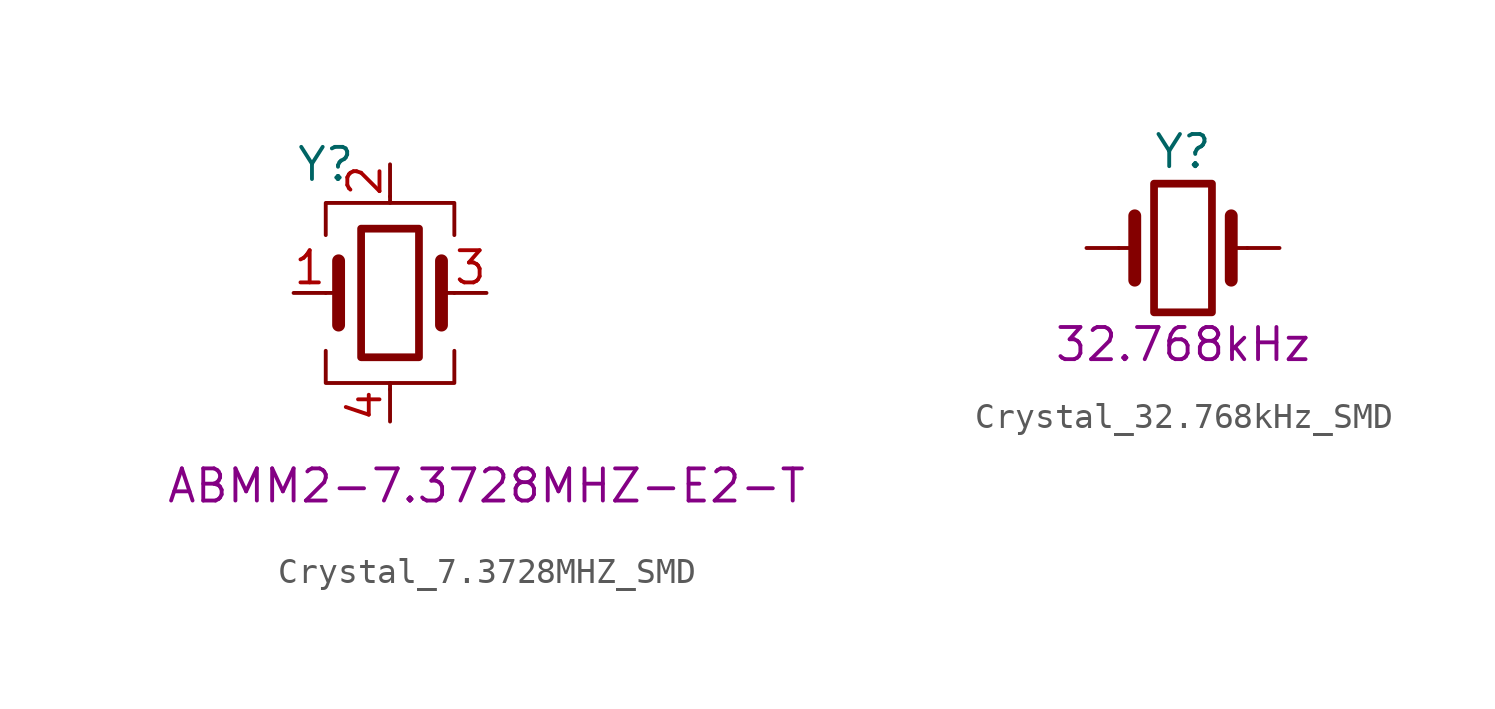
<source format=kicad_sym>
(kicad_symbol_lib
  (version 20231120)
  (generator "kicad_symbol_editor")
  (generator_version "8.0")
  (symbol "Crystal_7.3728MHZ_SMD"
    (pin_names hide)
    (property "Reference" "Y"
      (at -2.54 5.08 0)
      (effects (font (size 1.27 1.27))))
    (property "Display Value" "ABMM2-7.3728MHZ-E2-T"
      (at 3.81 -7.62 0)
      (effects (font (size 1.27 1.27))))
    (symbol "Crystal_7.3728MHZ_SMD_0_1"
      (rectangle (start -1.143 2.54) (end 1.143 -2.54) (stroke (width 0.305) (type default)) (fill (type none)))
      (polyline (pts (xy -2.54 0) (xy -2.032 0)) (stroke (width 0) (type default)) (fill (type none)))
      (polyline (pts (xy -2.032 -1.27) (xy -2.032 1.27)) (stroke (width 0.508) (type default)) (fill (type none)))
      (polyline (pts (xy 0 -3.81) (xy 0 -3.556)) (stroke (width 0) (type default)) (fill (type none)))
      (polyline (pts (xy 0 3.556) (xy 0 3.81)) (stroke (width 0) (type default)) (fill (type none)))
      (polyline (pts (xy 2.032 -1.27) (xy 2.032 1.27)) (stroke (width 0.508) (type default)) (fill (type none)))
      (polyline (pts (xy 2.032 0) (xy 2.54 0)) (stroke (width 0) (type default)) (fill (type none)))
      (polyline (pts (xy -2.54 -2.286) (xy -2.54 -3.556) (xy 2.54 -3.556) (xy 2.54 -2.286)) (stroke (width 0) (type default)) (fill (type none)))
      (polyline (pts (xy -2.54 2.286) (xy -2.54 3.556) (xy 2.54 3.556) (xy 2.54 2.286)) (stroke (width 0) (type default)) (fill (type none))))
    (symbol "Crystal_7.3728MHZ_SMD_1_1"
      (pin passive line (at -3.81 0 0) (length 1.27) (name "1" (effects (font (size 1.27 1.27)))) (number "1" (effects (font (size 1.27 1.27)))))
      (pin passive line (at 0 5.08 270) (length 1.27) (name "2" (effects (font (size 1.27 1.27)))) (number "2" (effects (font (size 1.27 1.27)))))
      (pin passive line (at 3.81 0 180) (length 1.27) (name "3" (effects (font (size 1.27 1.27)))) (number "3" (effects (font (size 1.27 1.27)))))
      (pin passive line (at 0 -5.08 90) (length 1.27) (name "4" (effects (font (size 1.27 1.27)))) (number "4" (effects (font (size 1.27 1.27)))))))
  (symbol "Crystal_32.768kHz_SMD"
    (pin_numbers hide)
    (property "Reference" "Y"
      (at 0 3.81 0)
      (effects (font (size 1.27 1.27))))
    (property "Display Value" "32.768kHz"
      (at 0 -3.81 0)
      (effects (font (size 1.27 1.27))))
    (symbol "Crystal_32.768kHz_SMD_0_1"
      (rectangle (start -1.143 2.54) (end 1.143 -2.54) (stroke (width 0.305) (type default)) (fill (type none)))
      (polyline (pts (xy -2.54 0) (xy -1.905 0)) (stroke (width 0) (type default)) (fill (type none)))
      (polyline (pts (xy -1.905 -1.27) (xy -1.905 1.27)) (stroke (width 0.508) (type default)) (fill (type none)))
      (polyline (pts (xy 1.905 -1.27) (xy 1.905 1.27)) (stroke (width 0.508) (type default)) (fill (type none)))
      (polyline (pts (xy 2.54 0) (xy 1.905 0)) (stroke (width 0) (type default)) (fill (type none))))
    (symbol "Crystal_32.768kHz_SMD_1_1"
      (pin passive line (at -3.81 0 0) (length 1.27) (name "" (effects (font (size 1.27 1.27)))) (number "1" (effects (font (size 1.27 1.27)))))
      (pin passive line (at 3.81 0 180) (length 1.27) (name "" (effects (font (size 1.27 1.27)))) (number "2" (effects (font (size 1.27 1.27))))))))
</source>
